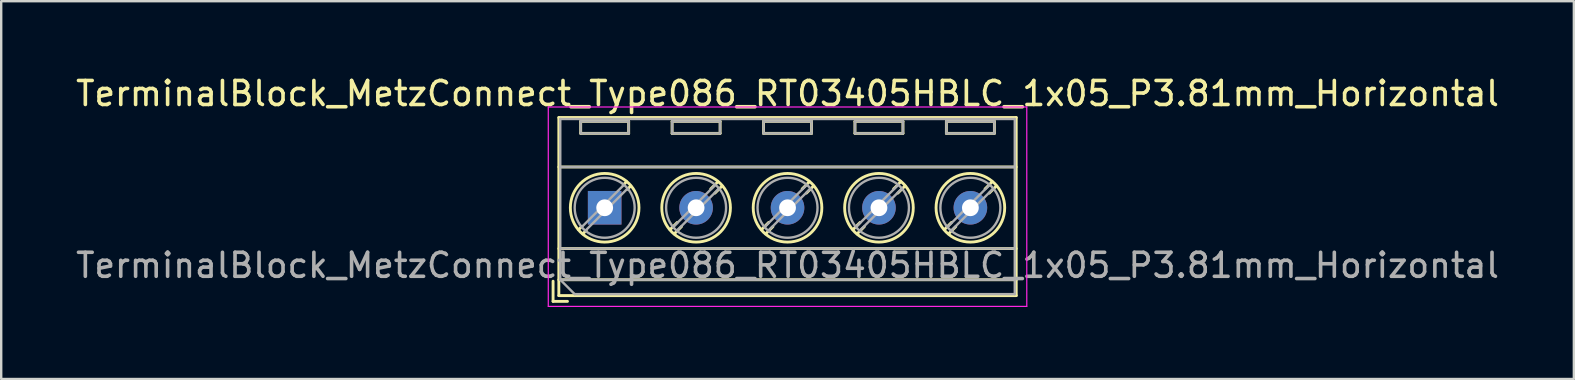
<source format=kicad_pcb>
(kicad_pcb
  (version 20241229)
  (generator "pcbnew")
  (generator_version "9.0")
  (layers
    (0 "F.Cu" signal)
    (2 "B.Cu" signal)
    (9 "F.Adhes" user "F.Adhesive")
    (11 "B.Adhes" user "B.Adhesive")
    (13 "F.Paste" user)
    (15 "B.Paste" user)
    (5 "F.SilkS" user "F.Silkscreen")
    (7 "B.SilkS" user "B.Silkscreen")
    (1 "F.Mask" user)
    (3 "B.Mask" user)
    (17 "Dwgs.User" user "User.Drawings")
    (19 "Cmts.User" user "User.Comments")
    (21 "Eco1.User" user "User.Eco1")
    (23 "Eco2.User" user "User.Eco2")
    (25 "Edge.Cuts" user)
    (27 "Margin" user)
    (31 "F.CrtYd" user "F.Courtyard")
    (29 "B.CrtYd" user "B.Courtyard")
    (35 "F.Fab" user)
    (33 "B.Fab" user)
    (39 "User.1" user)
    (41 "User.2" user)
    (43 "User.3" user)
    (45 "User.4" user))
  (footprint "TerminalBlock_MetzConnect_Type086_RT03405HBLC_1x05_P3.81mm_Horizontal"
    (layer "F.Cu")
    (at 22.148 5.608)
    (property "Reference" "TerminalBlock_MetzConnect_Type086_RT03405HBLC_1x05_P3.81mm_Horizontal" (at 7.62 -4.76 0) (layer "F.SilkS") (effects (font (size 1 1) (thickness 0.15))))
    (attr through_hole)
    (fp_line (start -2.15 3.06) (end -2.15 3.9) (stroke (width 0.12) (type solid)) (layer "F.SilkS"))
    (fp_line (start -2.15 3.9) (end -1.55 3.9) (stroke (width 0.12) (type solid)) (layer "F.SilkS"))
    (fp_line (start -1.91 -3.76) (end -1.91 3.66) (stroke (width 0.12) (type solid)) (layer "F.SilkS"))
    (fp_line (start -1.91 -3.76) (end 17.15 -3.76) (stroke (width 0.12) (type solid)) (layer "F.SilkS"))
    (fp_line (start -1.91 -1.7) (end 17.15 -1.7) (stroke (width 0.12) (type solid)) (layer "F.SilkS"))
    (fp_line (start -1.91 1.701) (end 17.15 1.701) (stroke (width 0.12) (type solid)) (layer "F.SilkS"))
    (fp_line (start -1.91 3) (end 17.15 3) (stroke (width 0.12) (type solid)) (layer "F.SilkS"))
    (fp_line (start -1.91 3.66) (end 17.15 3.66) (stroke (width 0.12) (type solid)) (layer "F.SilkS"))
    (fp_line (start -1 -3.6) (end -1 -3.1) (stroke (width 0.12) (type solid)) (layer "F.SilkS"))
    (fp_line (start -1 -3.6) (end 1 -3.6) (stroke (width 0.12) (type solid)) (layer "F.SilkS"))
    (fp_line (start -1 -3.1) (end 1 -3.1) (stroke (width 0.12) (type solid)) (layer "F.SilkS"))
    (fp_line (start -0.946 0.771) (end -1.085 0.91) (stroke (width 0.12) (type solid)) (layer "F.SilkS"))
    (fp_line (start -0.771 0.945) (end -0.911 1.085) (stroke (width 0.12) (type solid)) (layer "F.SilkS"))
    (fp_line (start 0.911 -1.085) (end 0.771 -0.945) (stroke (width 0.12) (type solid)) (layer "F.SilkS"))
    (fp_line (start 1 -3.6) (end 1 -3.1) (stroke (width 0.12) (type solid)) (layer "F.SilkS"))
    (fp_line (start 1.085 -0.91) (end 0.945 -0.771) (stroke (width 0.12) (type solid)) (layer "F.SilkS"))
    (fp_line (start 2.81 -3.6) (end 2.81 -3.1) (stroke (width 0.12) (type solid)) (layer "F.SilkS"))
    (fp_line (start 2.81 -3.6) (end 4.81 -3.6) (stroke (width 0.12) (type solid)) (layer "F.SilkS"))
    (fp_line (start 2.81 -3.1) (end 4.81 -3.1) (stroke (width 0.12) (type solid)) (layer "F.SilkS"))
    (fp_line (start 3.025 0.611) (end 2.726 0.91) (stroke (width 0.12) (type solid)) (layer "F.SilkS"))
    (fp_line (start 3.2 0.786) (end 2.9 1.085) (stroke (width 0.12) (type solid)) (layer "F.SilkS"))
    (fp_line (start 4.721 -1.085) (end 4.421 -0.786) (stroke (width 0.12) (type solid)) (layer "F.SilkS"))
    (fp_line (start 4.81 -3.6) (end 4.81 -3.1) (stroke (width 0.12) (type solid)) (layer "F.SilkS"))
    (fp_line (start 4.895 -0.91) (end 4.596 -0.611) (stroke (width 0.12) (type solid)) (layer "F.SilkS"))
    (fp_line (start 6.62 -3.6) (end 6.62 -3.1) (stroke (width 0.12) (type solid)) (layer "F.SilkS"))
    (fp_line (start 6.62 -3.6) (end 8.62 -3.6) (stroke (width 0.12) (type solid)) (layer "F.SilkS"))
    (fp_line (start 6.62 -3.1) (end 8.62 -3.1) (stroke (width 0.12) (type solid)) (layer "F.SilkS"))
    (fp_line (start 6.835 0.611) (end 6.536 0.91) (stroke (width 0.12) (type solid)) (layer "F.SilkS"))
    (fp_line (start 7.01 0.786) (end 6.71 1.085) (stroke (width 0.12) (type solid)) (layer "F.SilkS"))
    (fp_line (start 8.531 -1.085) (end 8.231 -0.786) (stroke (width 0.12) (type solid)) (layer "F.SilkS"))
    (fp_line (start 8.62 -3.6) (end 8.62 -3.1) (stroke (width 0.12) (type solid)) (layer "F.SilkS"))
    (fp_line (start 8.705 -0.91) (end 8.406 -0.611) (stroke (width 0.12) (type solid)) (layer "F.SilkS"))
    (fp_line (start 10.43 -3.6) (end 10.43 -3.1) (stroke (width 0.12) (type solid)) (layer "F.SilkS"))
    (fp_line (start 10.43 -3.6) (end 12.43 -3.6) (stroke (width 0.12) (type solid)) (layer "F.SilkS"))
    (fp_line (start 10.43 -3.1) (end 12.43 -3.1) (stroke (width 0.12) (type solid)) (layer "F.SilkS"))
    (fp_line (start 10.645 0.611) (end 10.346 0.91) (stroke (width 0.12) (type solid)) (layer "F.SilkS"))
    (fp_line (start 10.82 0.786) (end 10.52 1.085) (stroke (width 0.12) (type solid)) (layer "F.SilkS"))
    (fp_line (start 12.341 -1.085) (end 12.041 -0.786) (stroke (width 0.12) (type solid)) (layer "F.SilkS"))
    (fp_line (start 12.43 -3.6) (end 12.43 -3.1) (stroke (width 0.12) (type solid)) (layer "F.SilkS"))
    (fp_line (start 12.515 -0.91) (end 12.216 -0.611) (stroke (width 0.12) (type solid)) (layer "F.SilkS"))
    (fp_line (start 14.24 -3.6) (end 14.24 -3.1) (stroke (width 0.12) (type solid)) (layer "F.SilkS"))
    (fp_line (start 14.24 -3.6) (end 16.241 -3.6) (stroke (width 0.12) (type solid)) (layer "F.SilkS"))
    (fp_line (start 14.24 -3.1) (end 16.241 -3.1) (stroke (width 0.12) (type solid)) (layer "F.SilkS"))
    (fp_line (start 14.455 0.611) (end 14.156 0.91) (stroke (width 0.12) (type solid)) (layer "F.SilkS"))
    (fp_line (start 14.63 0.786) (end 14.33 1.085) (stroke (width 0.12) (type solid)) (layer "F.SilkS"))
    (fp_line (start 16.151 -1.085) (end 15.851 -0.786) (stroke (width 0.12) (type solid)) (layer "F.SilkS"))
    (fp_line (start 16.241 -3.6) (end 16.241 -3.1) (stroke (width 0.12) (type solid)) (layer "F.SilkS"))
    (fp_line (start 16.325 -0.91) (end 16.026 -0.611) (stroke (width 0.12) (type solid)) (layer "F.SilkS"))
    (fp_line (start 17.15 -3.76) (end 17.15 3.66) (stroke (width 0.12) (type solid)) (layer "F.SilkS"))
    (fp_circle (center 0 0) (end 1.43 0) (stroke (width 0.12) (type solid)) (fill no) (layer "F.SilkS"))
    (fp_circle (center 3.81 0) (end 5.24 0) (stroke (width 0.12) (type solid)) (fill no) (layer "F.SilkS"))
    (fp_circle (center 7.62 0) (end 9.05 0) (stroke (width 0.12) (type solid)) (fill no) (layer "F.SilkS"))
    (fp_circle (center 11.43 0) (end 12.86 0) (stroke (width 0.12) (type solid)) (fill no) (layer "F.SilkS"))
    (fp_circle (center 15.24 0) (end 16.67 0) (stroke (width 0.12) (type solid)) (fill no) (layer "F.SilkS"))
    (fp_line (start -2.35 -4.2) (end -2.35 4.11) (stroke (width 0.05) (type solid)) (layer "F.CrtYd"))
    (fp_line (start -2.35 4.11) (end 17.59 4.11) (stroke (width 0.05) (type solid)) (layer "F.CrtYd"))
    (fp_line (start 17.59 -4.2) (end -2.35 -4.2) (stroke (width 0.05) (type solid)) (layer "F.CrtYd"))
    (fp_line (start 17.59 4.11) (end 17.59 -4.2) (stroke (width 0.05) (type solid)) (layer "F.CrtYd"))
    (fp_line (start -1.85 -3.7) (end 17.09 -3.7) (stroke (width 0.1) (type solid)) (layer "F.Fab"))
    (fp_line (start -1.85 -1.7) (end 17.09 -1.7) (stroke (width 0.1) (type solid)) (layer "F.Fab"))
    (fp_line (start -1.85 1.7) (end 17.09 1.7) (stroke (width 0.1) (type solid)) (layer "F.Fab"))
    (fp_line (start -1.85 3) (end -1.85 -3.7) (stroke (width 0.1) (type solid)) (layer "F.Fab"))
    (fp_line (start -1.85 3) (end 17.09 3) (stroke (width 0.1) (type solid)) (layer "F.Fab"))
    (fp_line (start -1.25 3.6) (end -1.85 3) (stroke (width 0.1) (type solid)) (layer "F.Fab"))
    (fp_line (start -1 -3.6) (end -1 -3.1) (stroke (width 0.1) (type solid)) (layer "F.Fab"))
    (fp_line (start -1 -3.1) (end 1 -3.1) (stroke (width 0.1) (type solid)) (layer "F.Fab"))
    (fp_line (start 0.796 -0.948) (end -0.949 0.796) (stroke (width 0.1) (type solid)) (layer "F.Fab"))
    (fp_line (start 0.949 -0.796) (end -0.796 0.948) (stroke (width 0.1) (type solid)) (layer "F.Fab"))
    (fp_line (start 1 -3.6) (end -1 -3.6) (stroke (width 0.1) (type solid)) (layer "F.Fab"))
    (fp_line (start 1 -3.1) (end 1 -3.6) (stroke (width 0.1) (type solid)) (layer "F.Fab"))
    (fp_line (start 2.81 -3.6) (end 2.81 -3.1) (stroke (width 0.1) (type solid)) (layer "F.Fab"))
    (fp_line (start 2.81 -3.1) (end 4.81 -3.1) (stroke (width 0.1) (type solid)) (layer "F.Fab"))
    (fp_line (start 4.606 -0.948) (end 2.862 0.796) (stroke (width 0.1) (type solid)) (layer "F.Fab"))
    (fp_line (start 4.759 -0.796) (end 3.015 0.948) (stroke (width 0.1) (type solid)) (layer "F.Fab"))
    (fp_line (start 4.81 -3.6) (end 2.81 -3.6) (stroke (width 0.1) (type solid)) (layer "F.Fab"))
    (fp_line (start 4.81 -3.1) (end 4.81 -3.6) (stroke (width 0.1) (type solid)) (layer "F.Fab"))
    (fp_line (start 6.62 -3.6) (end 6.62 -3.1) (stroke (width 0.1) (type solid)) (layer "F.Fab"))
    (fp_line (start 6.62 -3.1) (end 8.62 -3.1) (stroke (width 0.1) (type solid)) (layer "F.Fab"))
    (fp_line (start 8.416 -0.948) (end 6.672 0.796) (stroke (width 0.1) (type solid)) (layer "F.Fab"))
    (fp_line (start 8.569 -0.796) (end 6.825 0.948) (stroke (width 0.1) (type solid)) (layer "F.Fab"))
    (fp_line (start 8.62 -3.6) (end 6.62 -3.6) (stroke (width 0.1) (type solid)) (layer "F.Fab"))
    (fp_line (start 8.62 -3.1) (end 8.62 -3.6) (stroke (width 0.1) (type solid)) (layer "F.Fab"))
    (fp_line (start 10.43 -3.6) (end 10.43 -3.1) (stroke (width 0.1) (type solid)) (layer "F.Fab"))
    (fp_line (start 10.43 -3.1) (end 12.43 -3.1) (stroke (width 0.1) (type solid)) (layer "F.Fab"))
    (fp_line (start 12.226 -0.948) (end 10.482 0.796) (stroke (width 0.1) (type solid)) (layer "F.Fab"))
    (fp_line (start 12.379 -0.796) (end 10.635 0.948) (stroke (width 0.1) (type solid)) (layer "F.Fab"))
    (fp_line (start 12.43 -3.6) (end 10.43 -3.6) (stroke (width 0.1) (type solid)) (layer "F.Fab"))
    (fp_line (start 12.43 -3.1) (end 12.43 -3.6) (stroke (width 0.1) (type solid)) (layer "F.Fab"))
    (fp_line (start 14.24 -3.6) (end 14.24 -3.1) (stroke (width 0.1) (type solid)) (layer "F.Fab"))
    (fp_line (start 14.24 -3.1) (end 16.24 -3.1) (stroke (width 0.1) (type solid)) (layer "F.Fab"))
    (fp_line (start 16.036 -0.948) (end 14.292 0.796) (stroke (width 0.1) (type solid)) (layer "F.Fab"))
    (fp_line (start 16.189 -0.796) (end 14.445 0.948) (stroke (width 0.1) (type solid)) (layer "F.Fab"))
    (fp_line (start 16.24 -3.6) (end 14.24 -3.6) (stroke (width 0.1) (type solid)) (layer "F.Fab"))
    (fp_line (start 16.24 -3.1) (end 16.24 -3.6) (stroke (width 0.1) (type solid)) (layer "F.Fab"))
    (fp_line (start 17.09 -3.7) (end 17.09 3.6) (stroke (width 0.1) (type solid)) (layer "F.Fab"))
    (fp_line (start 17.09 3.6) (end -1.25 3.6) (stroke (width 0.1) (type solid)) (layer "F.Fab"))
    (fp_circle (center 0 0) (end 1.25 0) (stroke (width 0.1) (type solid)) (fill no) (layer "F.Fab"))
    (fp_circle (center 3.81 0) (end 5.06 0) (stroke (width 0.1) (type solid)) (fill no) (layer "F.Fab"))
    (fp_circle (center 7.62 0) (end 8.87 0) (stroke (width 0.1) (type solid)) (fill no) (layer "F.Fab"))
    (fp_circle (center 11.43 0) (end 12.68 0) (stroke (width 0.1) (type solid)) (fill no) (layer "F.Fab"))
    (fp_circle (center 15.24 0) (end 16.49 0) (stroke (width 0.1) (type solid)) (fill no) (layer "F.Fab"))
    (fp_text user "${REFERENCE}" (at 7.62 2.4 0) (layer "F.Fab") (effects (font (size 1 1) (thickness 0.15))))
    (pad "1" thru_hole rect (at 0 0) (size 1.4 1.4) (drill 0.7) (layers "*.Cu" "*.Mask"))
    (pad "2" thru_hole circle (at 3.81 0) (size 1.4 1.4) (drill 0.7) (layers "*.Cu" "*.Mask"))
    (pad "3" thru_hole circle (at 7.62 0) (size 1.4 1.4) (drill 0.7) (layers "*.Cu" "*.Mask"))
    (pad "4" thru_hole circle (at 11.43 0) (size 1.4 1.4) (drill 0.7) (layers "*.Cu" "*.Mask"))
    (pad "5" thru_hole circle (at 15.24 0) (size 1.4 1.4) (drill 0.7) (layers "*.Cu" "*.Mask")))
  (gr_rect
    (start -3 -3)
    (end 62.536 12.743)
    (stroke (width 0.1) (type default))
    (fill no)
    (layer "Edge.Cuts")))
</source>
